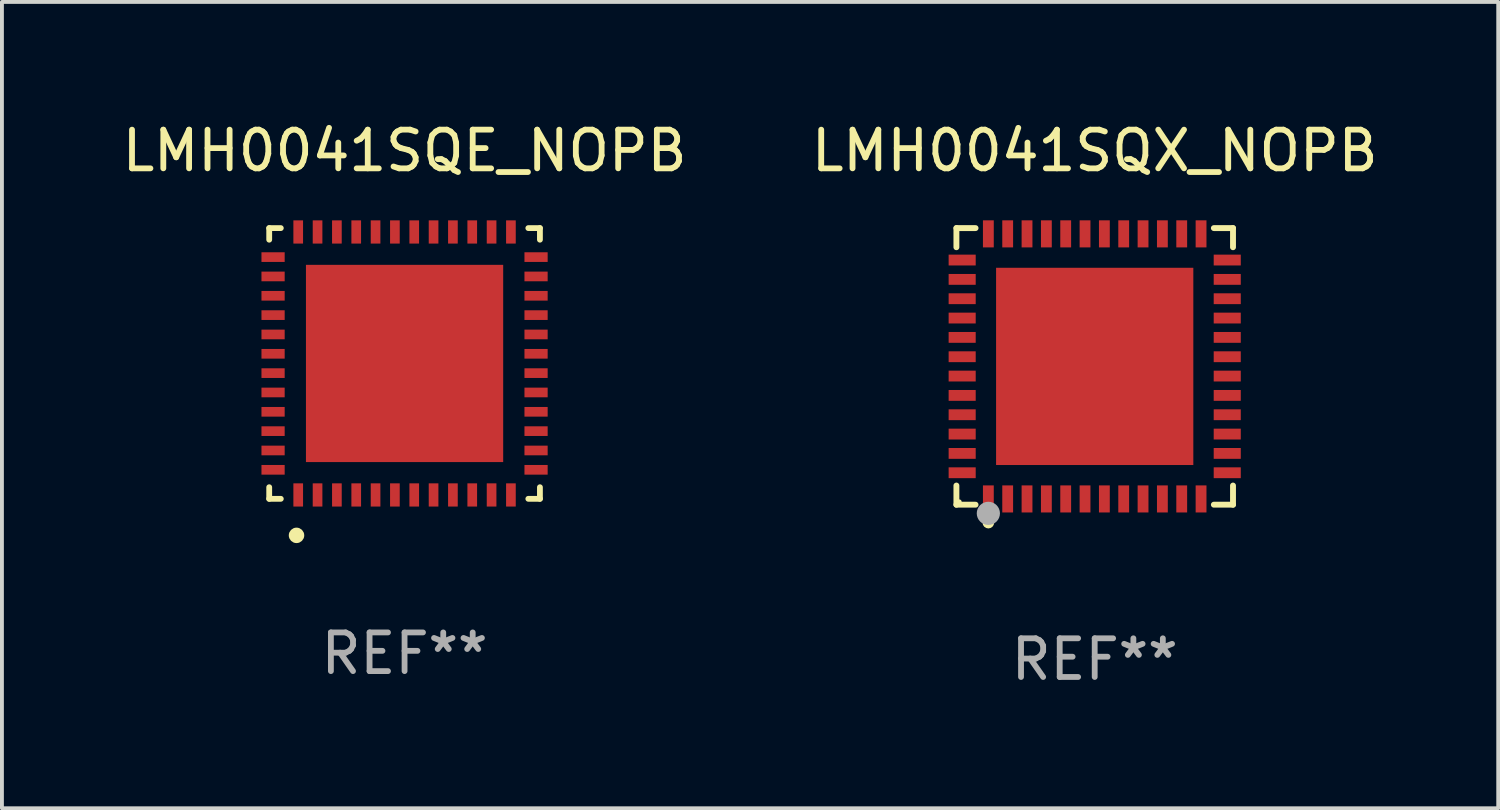
<source format=kicad_pcb>
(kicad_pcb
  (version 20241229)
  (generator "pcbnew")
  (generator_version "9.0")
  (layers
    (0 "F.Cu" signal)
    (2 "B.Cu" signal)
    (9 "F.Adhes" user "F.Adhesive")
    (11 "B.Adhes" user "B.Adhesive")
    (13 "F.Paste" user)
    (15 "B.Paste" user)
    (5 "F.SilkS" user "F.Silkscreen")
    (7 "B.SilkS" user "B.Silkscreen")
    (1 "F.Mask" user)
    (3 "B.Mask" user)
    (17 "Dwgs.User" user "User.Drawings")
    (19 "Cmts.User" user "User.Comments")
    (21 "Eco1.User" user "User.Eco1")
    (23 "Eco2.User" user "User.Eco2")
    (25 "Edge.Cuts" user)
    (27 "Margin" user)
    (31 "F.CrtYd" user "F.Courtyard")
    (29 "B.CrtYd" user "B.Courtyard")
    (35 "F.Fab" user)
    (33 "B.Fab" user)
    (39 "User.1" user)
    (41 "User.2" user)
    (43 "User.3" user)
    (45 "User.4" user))
  (footprint "LMH0041SQE_NOPB"
    (layer "F.Cu")
    (at 7.411 6.348)
    (property "Reference" "LMH0041SQE_NOPB" (at 0 -5.5 0) (layer "F.SilkS") (effects (font (size 1 1) (thickness 0.15))))
    (attr through_hole)
    (fp_line (start -3.5 -3.5) (end -3.2 -3.5) (stroke (width 0.15) (type solid)) (layer "F.SilkS"))
    (fp_line (start -3.5 -3.2) (end -3.5 -3.5) (stroke (width 0.15) (type solid)) (layer "F.SilkS"))
    (fp_line (start -3.5 3.5) (end -3.5 3.2) (stroke (width 0.15) (type solid)) (layer "F.SilkS"))
    (fp_line (start -3.2 3.5) (end -3.5 3.5) (stroke (width 0.15) (type solid)) (layer "F.SilkS"))
    (fp_line (start 3.2 -3.5) (end 3.5 -3.5) (stroke (width 0.15) (type solid)) (layer "F.SilkS"))
    (fp_line (start 3.5 -3.5) (end 3.5 -3.2) (stroke (width 0.15) (type solid)) (layer "F.SilkS"))
    (fp_line (start 3.5 3.2) (end 3.5 3.5) (stroke (width 0.15) (type solid)) (layer "F.SilkS"))
    (fp_line (start 3.5 3.5) (end 3.2 3.5) (stroke (width 0.15) (type solid)) (layer "F.SilkS"))
    (fp_circle (center -2.794 4.445) (end -2.694 4.445) (stroke (width 0.2) (type solid)) (fill no) (layer "F.SilkS"))
    (fp_text user "REF**" (at 0 7.5 0) (layer "F.Fab") (effects (font (size 1 1) (thickness 0.15))))
    (pad "1" smd rect (at -2.75 3.4 180) (size 0.25 0.6) (layers "F.Cu" "F.Mask" "F.Paste"))
    (pad "2" smd rect (at -2.25 3.4 180) (size 0.25 0.6) (layers "F.Cu" "F.Mask" "F.Paste"))
    (pad "3" smd rect (at -1.75 3.4 180) (size 0.25 0.6) (layers "F.Cu" "F.Mask" "F.Paste"))
    (pad "4" smd rect (at -1.25 3.4 180) (size 0.25 0.6) (layers "F.Cu" "F.Mask" "F.Paste"))
    (pad "5" smd rect (at -0.75 3.4 180) (size 0.25 0.6) (layers "F.Cu" "F.Mask" "F.Paste"))
    (pad "6" smd rect (at -0.25 3.4 180) (size 0.25 0.6) (layers "F.Cu" "F.Mask" "F.Paste"))
    (pad "7" smd rect (at 0.25 3.4 180) (size 0.25 0.6) (layers "F.Cu" "F.Mask" "F.Paste"))
    (pad "8" smd rect (at 0.75 3.4 180) (size 0.25 0.6) (layers "F.Cu" "F.Mask" "F.Paste"))
    (pad "9" smd rect (at 1.25 3.4 180) (size 0.25 0.6) (layers "F.Cu" "F.Mask" "F.Paste"))
    (pad "10" smd rect (at 1.75 3.4 180) (size 0.25 0.6) (layers "F.Cu" "F.Mask" "F.Paste"))
    (pad "11" smd rect (at 2.25 3.4 180) (size 0.25 0.6) (layers "F.Cu" "F.Mask" "F.Paste"))
    (pad "12" smd rect (at 2.75 3.4 180) (size 0.25 0.6) (layers "F.Cu" "F.Mask" "F.Paste"))
    (pad "13" smd rect (at 3.4 2.75 90) (size 0.25 0.6) (layers "F.Cu" "F.Mask" "F.Paste"))
    (pad "14" smd rect (at 3.4 2.25 90) (size 0.25 0.6) (layers "F.Cu" "F.Mask" "F.Paste"))
    (pad "15" smd rect (at 3.4 1.75 90) (size 0.25 0.6) (layers "F.Cu" "F.Mask" "F.Paste"))
    (pad "16" smd rect (at 3.4 1.25 90) (size 0.25 0.6) (layers "F.Cu" "F.Mask" "F.Paste"))
    (pad "17" smd rect (at 3.4 0.75 90) (size 0.25 0.6) (layers "F.Cu" "F.Mask" "F.Paste"))
    (pad "18" smd rect (at 3.4 0.25 90) (size 0.25 0.6) (layers "F.Cu" "F.Mask" "F.Paste"))
    (pad "19" smd rect (at 3.4 -0.25 90) (size 0.25 0.6) (layers "F.Cu" "F.Mask" "F.Paste"))
    (pad "20" smd rect (at 3.4 -0.75 90) (size 0.25 0.6) (layers "F.Cu" "F.Mask" "F.Paste"))
    (pad "21" smd rect (at 3.4 -1.25 90) (size 0.25 0.6) (layers "F.Cu" "F.Mask" "F.Paste"))
    (pad "22" smd rect (at 3.4 -1.75 90) (size 0.25 0.6) (layers "F.Cu" "F.Mask" "F.Paste"))
    (pad "23" smd rect (at 3.4 -2.25 90) (size 0.25 0.6) (layers "F.Cu" "F.Mask" "F.Paste"))
    (pad "24" smd rect (at 3.4 -2.75 90) (size 0.25 0.6) (layers "F.Cu" "F.Mask" "F.Paste"))
    (pad "25" smd rect (at 2.75 -3.4 180) (size 0.25 0.6) (layers "F.Cu" "F.Mask" "F.Paste"))
    (pad "26" smd rect (at 2.25 -3.4 180) (size 0.25 0.6) (layers "F.Cu" "F.Mask" "F.Paste"))
    (pad "27" smd rect (at 1.75 -3.4 180) (size 0.25 0.6) (layers "F.Cu" "F.Mask" "F.Paste"))
    (pad "28" smd rect (at 1.25 -3.4 180) (size 0.25 0.6) (layers "F.Cu" "F.Mask" "F.Paste"))
    (pad "29" smd rect (at 0.75 -3.4 180) (size 0.25 0.6) (layers "F.Cu" "F.Mask" "F.Paste"))
    (pad "30" smd rect (at 0.25 -3.4 180) (size 0.25 0.6) (layers "F.Cu" "F.Mask" "F.Paste"))
    (pad "31" smd rect (at -0.25 -3.4 180) (size 0.25 0.6) (layers "F.Cu" "F.Mask" "F.Paste"))
    (pad "32" smd rect (at -0.75 -3.4 180) (size 0.25 0.6) (layers "F.Cu" "F.Mask" "F.Paste"))
    (pad "33" smd rect (at -1.25 -3.4 180) (size 0.25 0.6) (layers "F.Cu" "F.Mask" "F.Paste"))
    (pad "34" smd rect (at -1.75 -3.4 180) (size 0.25 0.6) (layers "F.Cu" "F.Mask" "F.Paste"))
    (pad "35" smd rect (at -2.25 -3.4 180) (size 0.25 0.6) (layers "F.Cu" "F.Mask" "F.Paste"))
    (pad "36" smd rect (at -2.75 -3.4 180) (size 0.25 0.6) (layers "F.Cu" "F.Mask" "F.Paste"))
    (pad "37" smd rect (at -3.4 -2.75 90) (size 0.25 0.6) (layers "F.Cu" "F.Mask" "F.Paste"))
    (pad "38" smd rect (at -3.4 -2.25 90) (size 0.25 0.6) (layers "F.Cu" "F.Mask" "F.Paste"))
    (pad "39" smd rect (at -3.4 -1.75 90) (size 0.25 0.6) (layers "F.Cu" "F.Mask" "F.Paste"))
    (pad "40" smd rect (at -3.4 -1.25 90) (size 0.25 0.6) (layers "F.Cu" "F.Mask" "F.Paste"))
    (pad "41" smd rect (at -3.4 -0.75 90) (size 0.25 0.6) (layers "F.Cu" "F.Mask" "F.Paste"))
    (pad "42" smd rect (at -3.4 -0.25 90) (size 0.25 0.6) (layers "F.Cu" "F.Mask" "F.Paste"))
    (pad "43" smd rect (at -3.4 0.25 90) (size 0.25 0.6) (layers "F.Cu" "F.Mask" "F.Paste"))
    (pad "44" smd rect (at -3.4 0.75 90) (size 0.25 0.6) (layers "F.Cu" "F.Mask" "F.Paste"))
    (pad "45" smd rect (at -3.4 1.25 90) (size 0.25 0.6) (layers "F.Cu" "F.Mask" "F.Paste"))
    (pad "46" smd rect (at -3.4 1.75 90) (size 0.25 0.6) (layers "F.Cu" "F.Mask" "F.Paste"))
    (pad "47" smd rect (at -3.4 2.25 90) (size 0.25 0.6) (layers "F.Cu" "F.Mask" "F.Paste"))
    (pad "48" smd rect (at -3.4 2.75 90) (size 0.25 0.6) (layers "F.Cu" "F.Mask" "F.Paste"))
    (pad "49" smd rect (at -0.000127 -0.000127 90) (size 5.1 5.1) (layers "F.Cu" "F.Mask" "F.Paste")))
  (footprint "LMH0041SQX_NOPB"
    (layer "F.Cu")
    (at 25.256 6.424)
    (property "Reference" "LMH0041SQX_NOPB" (at 0 -5.576 0) (layer "F.SilkS") (effects (font (size 1 1) (thickness 0.15))))
    (attr through_hole)
    (fp_line (start -3.576 -3.576) (end -3.081 -3.576) (stroke (width 0.152) (type solid)) (layer "F.SilkS"))
    (fp_line (start -3.576 -3.081) (end -3.576 -3.576) (stroke (width 0.152) (type solid)) (layer "F.SilkS"))
    (fp_line (start -3.576 3.081) (end -3.576 3.576) (stroke (width 0.152) (type solid)) (layer "F.SilkS"))
    (fp_line (start -3.576 3.576) (end -3.081 3.576) (stroke (width 0.152) (type solid)) (layer "F.SilkS"))
    (fp_line (start 3.576 -3.576) (end 3.081 -3.576) (stroke (width 0.152) (type solid)) (layer "F.SilkS"))
    (fp_line (start 3.576 -3.081) (end 3.576 -3.576) (stroke (width 0.152) (type solid)) (layer "F.SilkS"))
    (fp_line (start 3.576 3.081) (end 3.576 3.576) (stroke (width 0.152) (type solid)) (layer "F.SilkS"))
    (fp_line (start 3.576 3.576) (end 3.081 3.576) (stroke (width 0.152) (type solid)) (layer "F.SilkS"))
    (fp_circle (center -3.5 3.5) (end -3.47 3.5) (stroke (width 0.06) (type solid)) (fill no) (layer "F.SilkS"))
    (fp_circle (center -2.75 4.04) (end -2.675 4.04) (stroke (width 0.15) (type solid)) (fill no) (layer "F.SilkS"))
    (fp_circle (center -2.75 3.8) (end -2.6 3.8) (stroke (width 0.3) (type solid)) (fill no) (layer "F.Fab"))
    (fp_text user "REF**" (at 0 7.576 0) (layer "F.Fab") (effects (font (size 1 1) (thickness 0.15))))
    (pad "1" smd rect (at -2.75 3.427) (size 0.28 0.7) (layers "F.Cu" "F.Mask" "F.Paste"))
    (pad "2" smd rect (at -2.25 3.427) (size 0.28 0.7) (layers "F.Cu" "F.Mask" "F.Paste"))
    (pad "3" smd rect (at -1.75 3.427) (size 0.28 0.7) (layers "F.Cu" "F.Mask" "F.Paste"))
    (pad "4" smd rect (at -1.25 3.427) (size 0.28 0.7) (layers "F.Cu" "F.Mask" "F.Paste"))
    (pad "5" smd rect (at -0.75 3.427) (size 0.28 0.7) (layers "F.Cu" "F.Mask" "F.Paste"))
    (pad "6" smd rect (at -0.25 3.427) (size 0.28 0.7) (layers "F.Cu" "F.Mask" "F.Paste"))
    (pad "7" smd rect (at 0.25 3.427) (size 0.28 0.7) (layers "F.Cu" "F.Mask" "F.Paste"))
    (pad "8" smd rect (at 0.75 3.427) (size 0.28 0.7) (layers "F.Cu" "F.Mask" "F.Paste"))
    (pad "9" smd rect (at 1.25 3.427) (size 0.28 0.7) (layers "F.Cu" "F.Mask" "F.Paste"))
    (pad "10" smd rect (at 1.75 3.427) (size 0.28 0.7) (layers "F.Cu" "F.Mask" "F.Paste"))
    (pad "11" smd rect (at 2.25 3.427) (size 0.28 0.7) (layers "F.Cu" "F.Mask" "F.Paste"))
    (pad "12" smd rect (at 2.75 3.427) (size 0.28 0.7) (layers "F.Cu" "F.Mask" "F.Paste"))
    (pad "13" smd rect (at 3.427 2.75) (size 0.7 0.28) (layers "F.Cu" "F.Mask" "F.Paste"))
    (pad "14" smd rect (at 3.427 2.25) (size 0.7 0.28) (layers "F.Cu" "F.Mask" "F.Paste"))
    (pad "15" smd rect (at 3.427 1.75) (size 0.7 0.28) (layers "F.Cu" "F.Mask" "F.Paste"))
    (pad "16" smd rect (at 3.427 1.25) (size 0.7 0.28) (layers "F.Cu" "F.Mask" "F.Paste"))
    (pad "17" smd rect (at 3.427 0.75) (size 0.7 0.28) (layers "F.Cu" "F.Mask" "F.Paste"))
    (pad "18" smd rect (at 3.427 0.25) (size 0.7 0.28) (layers "F.Cu" "F.Mask" "F.Paste"))
    (pad "19" smd rect (at 3.427 -0.25) (size 0.7 0.28) (layers "F.Cu" "F.Mask" "F.Paste"))
    (pad "20" smd rect (at 3.427 -0.75) (size 0.7 0.28) (layers "F.Cu" "F.Mask" "F.Paste"))
    (pad "21" smd rect (at 3.427 -1.25) (size 0.7 0.28) (layers "F.Cu" "F.Mask" "F.Paste"))
    (pad "22" smd rect (at 3.427 -1.75) (size 0.7 0.28) (layers "F.Cu" "F.Mask" "F.Paste"))
    (pad "23" smd rect (at 3.427 -2.25) (size 0.7 0.28) (layers "F.Cu" "F.Mask" "F.Paste"))
    (pad "24" smd rect (at 3.427 -2.75) (size 0.7 0.28) (layers "F.Cu" "F.Mask" "F.Paste"))
    (pad "25" smd rect (at 2.75 -3.427) (size 0.28 0.7) (layers "F.Cu" "F.Mask" "F.Paste"))
    (pad "26" smd rect (at 2.25 -3.427) (size 0.28 0.7) (layers "F.Cu" "F.Mask" "F.Paste"))
    (pad "27" smd rect (at 1.75 -3.427) (size 0.28 0.7) (layers "F.Cu" "F.Mask" "F.Paste"))
    (pad "28" smd rect (at 1.25 -3.427) (size 0.28 0.7) (layers "F.Cu" "F.Mask" "F.Paste"))
    (pad "29" smd rect (at 0.75 -3.427) (size 0.28 0.7) (layers "F.Cu" "F.Mask" "F.Paste"))
    (pad "30" smd rect (at 0.25 -3.427) (size 0.28 0.7) (layers "F.Cu" "F.Mask" "F.Paste"))
    (pad "31" smd rect (at -0.25 -3.427) (size 0.28 0.7) (layers "F.Cu" "F.Mask" "F.Paste"))
    (pad "32" smd rect (at -0.75 -3.427) (size 0.28 0.7) (layers "F.Cu" "F.Mask" "F.Paste"))
    (pad "33" smd rect (at -1.25 -3.427) (size 0.28 0.7) (layers "F.Cu" "F.Mask" "F.Paste"))
    (pad "34" smd rect (at -1.75 -3.427) (size 0.28 0.7) (layers "F.Cu" "F.Mask" "F.Paste"))
    (pad "35" smd rect (at -2.25 -3.427) (size 0.28 0.7) (layers "F.Cu" "F.Mask" "F.Paste"))
    (pad "36" smd rect (at -2.75 -3.427) (size 0.28 0.7) (layers "F.Cu" "F.Mask" "F.Paste"))
    (pad "37" smd rect (at -3.427 -2.75) (size 0.7 0.28) (layers "F.Cu" "F.Mask" "F.Paste"))
    (pad "38" smd rect (at -3.427 -2.25) (size 0.7 0.28) (layers "F.Cu" "F.Mask" "F.Paste"))
    (pad "39" smd rect (at -3.427 -1.75) (size 0.7 0.28) (layers "F.Cu" "F.Mask" "F.Paste"))
    (pad "40" smd rect (at -3.427 -1.25) (size 0.7 0.28) (layers "F.Cu" "F.Mask" "F.Paste"))
    (pad "41" smd rect (at -3.427 -0.75) (size 0.7 0.28) (layers "F.Cu" "F.Mask" "F.Paste"))
    (pad "42" smd rect (at -3.427 -0.25) (size 0.7 0.28) (layers "F.Cu" "F.Mask" "F.Paste"))
    (pad "43" smd rect (at -3.427 0.25) (size 0.7 0.28) (layers "F.Cu" "F.Mask" "F.Paste"))
    (pad "44" smd rect (at -3.427 0.75) (size 0.7 0.28) (layers "F.Cu" "F.Mask" "F.Paste"))
    (pad "45" smd rect (at -3.427 1.25) (size 0.7 0.28) (layers "F.Cu" "F.Mask" "F.Paste"))
    (pad "46" smd rect (at -3.427 1.75) (size 0.7 0.28) (layers "F.Cu" "F.Mask" "F.Paste"))
    (pad "47" smd rect (at -3.427 2.25) (size 0.7 0.28) (layers "F.Cu" "F.Mask" "F.Paste"))
    (pad "48" smd rect (at -3.427 2.75) (size 0.7 0.28) (layers "F.Cu" "F.Mask" "F.Paste"))
    (pad "49" smd rect (at 0 0) (size 5.1 5.1) (layers "F.Cu" "F.Mask" "F.Paste")))
  (gr_rect
    (start -3 -3)
    (end 35.69 17.849)
    (stroke (width 0.1) (type default))
    (fill no)
    (layer "Edge.Cuts")))
</source>
